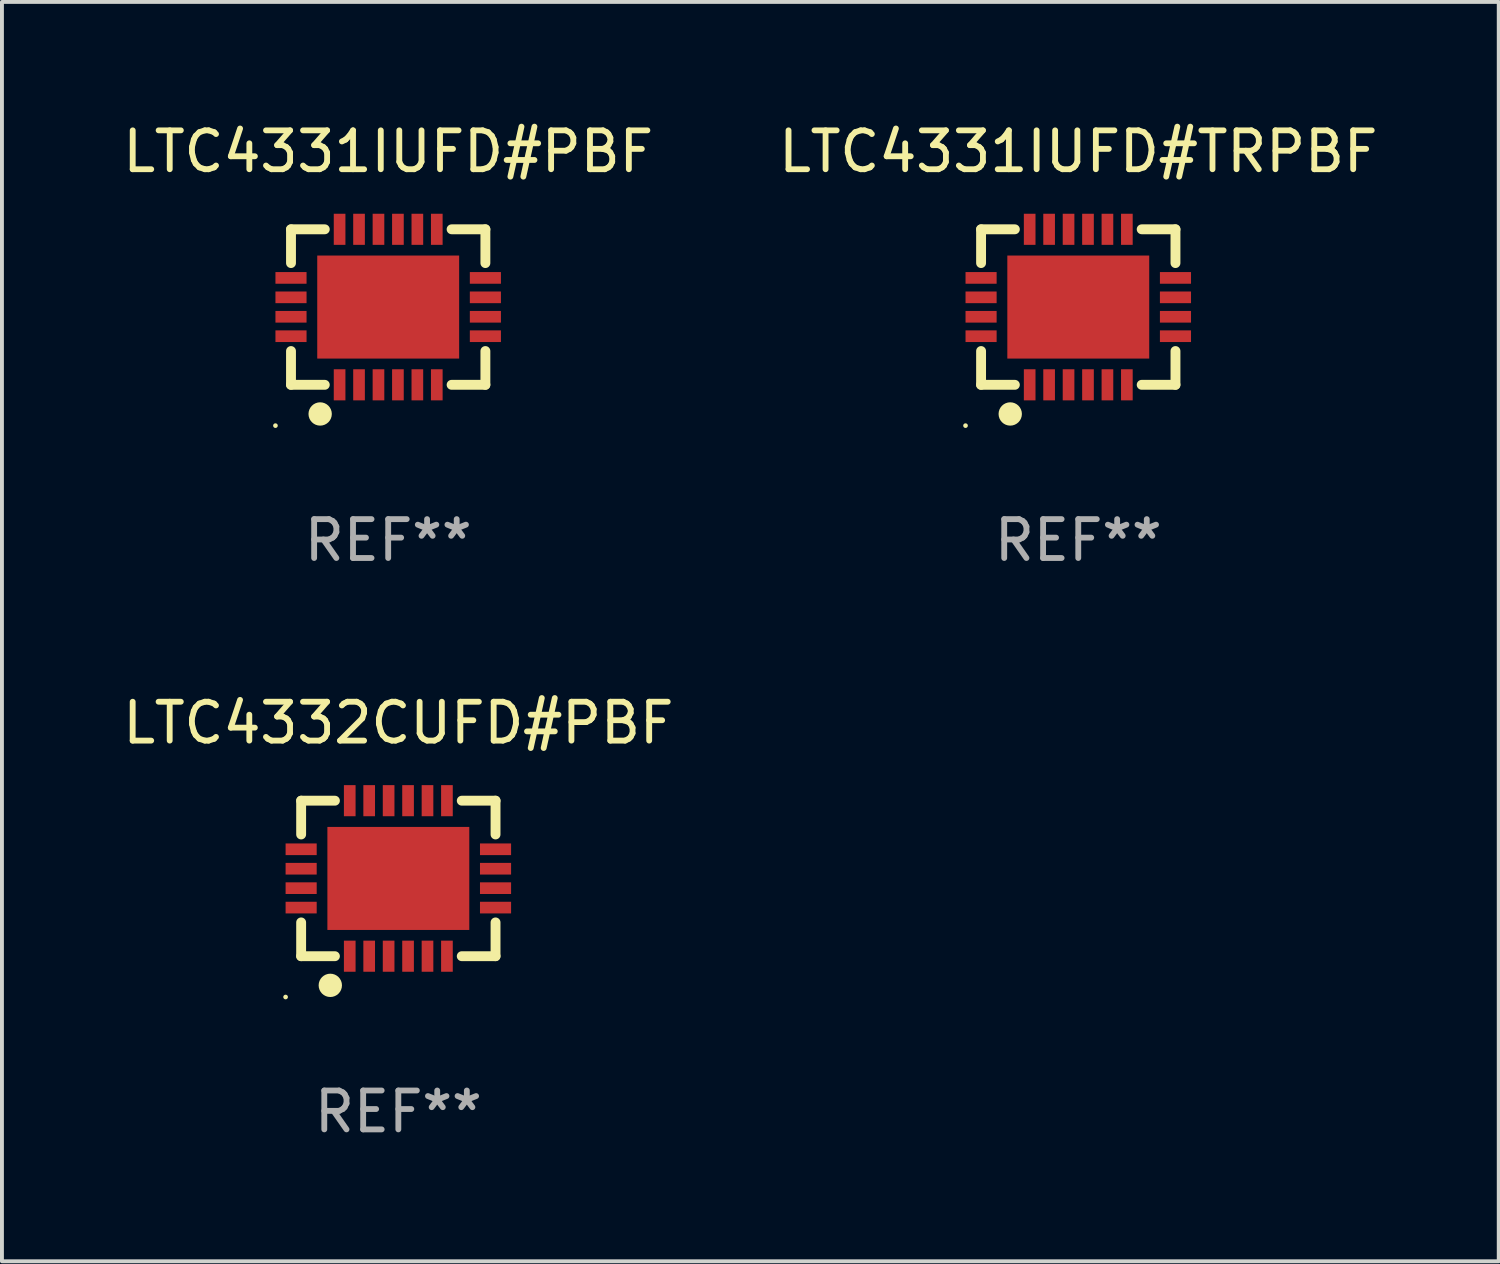
<source format=kicad_pcb>
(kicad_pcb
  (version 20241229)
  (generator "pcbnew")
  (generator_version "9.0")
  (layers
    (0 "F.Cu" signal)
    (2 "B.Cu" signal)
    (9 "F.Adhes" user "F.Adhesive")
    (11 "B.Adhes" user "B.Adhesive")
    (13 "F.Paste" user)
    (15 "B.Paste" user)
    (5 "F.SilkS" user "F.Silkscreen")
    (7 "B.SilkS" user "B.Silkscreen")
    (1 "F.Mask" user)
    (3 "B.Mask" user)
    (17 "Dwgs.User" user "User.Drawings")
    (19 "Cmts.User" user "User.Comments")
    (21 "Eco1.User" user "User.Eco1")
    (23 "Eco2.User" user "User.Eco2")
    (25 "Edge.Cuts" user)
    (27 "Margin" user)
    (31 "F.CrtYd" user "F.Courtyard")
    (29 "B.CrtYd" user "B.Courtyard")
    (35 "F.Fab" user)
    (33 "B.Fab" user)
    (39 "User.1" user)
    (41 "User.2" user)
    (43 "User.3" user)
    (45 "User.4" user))
  (footprint "LTC4332CUFD#PBF"
    (layer "F.Cu")
    (at 7.196 19.545)
    (property "Reference" "LTC4332CUFD#PBF" (at 0 -4 0) (layer "F.SilkS") (effects (font (size 1 1) (thickness 0.15))))
    (attr through_hole)
    (fp_line (start -2.5 -2) (end -1.631 -2) (stroke (width 0.254) (type solid)) (layer "F.SilkS"))
    (fp_line (start -2.5 -1.131) (end -2.5 -2) (stroke (width 0.254) (type solid)) (layer "F.SilkS"))
    (fp_line (start -2.5 2) (end -2.5 1.131) (stroke (width 0.254) (type solid)) (layer "F.SilkS"))
    (fp_line (start -1.631 2) (end -2.5 2) (stroke (width 0.254) (type solid)) (layer "F.SilkS"))
    (fp_line (start 1.631 -2) (end 2.5 -2) (stroke (width 0.254) (type solid)) (layer "F.SilkS"))
    (fp_line (start 2.5 -2) (end 2.5 -1.131) (stroke (width 0.254) (type solid)) (layer "F.SilkS"))
    (fp_line (start 2.5 1.131) (end 2.5 2) (stroke (width 0.254) (type solid)) (layer "F.SilkS"))
    (fp_line (start 2.5 2) (end 1.631 2) (stroke (width 0.254) (type solid)) (layer "F.SilkS"))
    (fp_circle (center -2.9 3.05) (end -2.87 3.05) (stroke (width 0.06) (type solid)) (fill no) (layer "F.SilkS"))
    (fp_circle (center -1.75 2.75) (end -1.6 2.75) (stroke (width 0.3) (type solid)) (fill no) (layer "F.SilkS"))
    (fp_text user "REF**" (at 0 6 0) (layer "F.Fab") (effects (font (size 1 1) (thickness 0.15))))
    (pad "1" smd rect (at -1.25 2 90) (size 0.8 0.3) (layers "F.Cu" "F.Mask" "F.Paste"))
    (pad "2" smd rect (at -0.75 2 90) (size 0.8 0.3) (layers "F.Cu" "F.Mask" "F.Paste"))
    (pad "3" smd rect (at -0.25 2 90) (size 0.8 0.3) (layers "F.Cu" "F.Mask" "F.Paste"))
    (pad "4" smd rect (at 0.25 2 90) (size 0.8 0.3) (layers "F.Cu" "F.Mask" "F.Paste"))
    (pad "5" smd rect (at 0.75 2 90) (size 0.8 0.3) (layers "F.Cu" "F.Mask" "F.Paste"))
    (pad "6" smd rect (at 1.25 2 90) (size 0.8 0.3) (layers "F.Cu" "F.Mask" "F.Paste"))
    (pad "7" smd rect (at 2.5 0.75 180) (size 0.8 0.3) (layers "F.Cu" "F.Mask" "F.Paste"))
    (pad "8" smd rect (at 2.5 0.25 180) (size 0.8 0.3) (layers "F.Cu" "F.Mask" "F.Paste"))
    (pad "9" smd rect (at 2.5 -0.25 180) (size 0.8 0.3) (layers "F.Cu" "F.Mask" "F.Paste"))
    (pad "10" smd rect (at 2.5 -0.75 180) (size 0.8 0.3) (layers "F.Cu" "F.Mask" "F.Paste"))
    (pad "11" smd rect (at 1.25 -2 270) (size 0.8 0.3) (layers "F.Cu" "F.Mask" "F.Paste"))
    (pad "12" smd rect (at 0.75 -2 270) (size 0.8 0.3) (layers "F.Cu" "F.Mask" "F.Paste"))
    (pad "13" smd rect (at 0.25 -2 270) (size 0.8 0.3) (layers "F.Cu" "F.Mask" "F.Paste"))
    (pad "14" smd rect (at -0.25 -2 270) (size 0.8 0.3) (layers "F.Cu" "F.Mask" "F.Paste"))
    (pad "15" smd rect (at -0.75 -2 270) (size 0.8 0.3) (layers "F.Cu" "F.Mask" "F.Paste"))
    (pad "16" smd rect (at -1.25 -2 270) (size 0.8 0.3) (layers "F.Cu" "F.Mask" "F.Paste"))
    (pad "17" smd rect (at -2.5 -0.75) (size 0.8 0.3) (layers "F.Cu" "F.Mask" "F.Paste"))
    (pad "18" smd rect (at -2.5 -0.25) (size 0.8 0.3) (layers "F.Cu" "F.Mask" "F.Paste"))
    (pad "19" smd rect (at -2.5 0.25) (size 0.8 0.3) (layers "F.Cu" "F.Mask" "F.Paste"))
    (pad "20" smd rect (at -2.5 0.75) (size 0.8 0.3) (layers "F.Cu" "F.Mask" "F.Paste"))
    (pad "21" smd rect (at 0 0) (size 3.65 2.65) (layers "F.Cu" "F.Mask" "F.Paste")))
  (footprint "LTC4331IUFD#TRPBF"
    (layer "F.Cu")
    (at 24.685 4.848)
    (property "Reference" "LTC4331IUFD#TRPBF" (at 0 -4 0) (layer "F.SilkS") (effects (font (size 1 1) (thickness 0.15))))
    (attr through_hole)
    (fp_line (start -2.5 -2) (end -1.631 -2) (stroke (width 0.254) (type solid)) (layer "F.SilkS"))
    (fp_line (start -2.5 -1.131) (end -2.5 -2) (stroke (width 0.254) (type solid)) (layer "F.SilkS"))
    (fp_line (start -2.5 2) (end -2.5 1.131) (stroke (width 0.254) (type solid)) (layer "F.SilkS"))
    (fp_line (start -1.631 2) (end -2.5 2) (stroke (width 0.254) (type solid)) (layer "F.SilkS"))
    (fp_line (start 1.631 -2) (end 2.5 -2) (stroke (width 0.254) (type solid)) (layer "F.SilkS"))
    (fp_line (start 2.5 -2) (end 2.5 -1.131) (stroke (width 0.254) (type solid)) (layer "F.SilkS"))
    (fp_line (start 2.5 1.131) (end 2.5 2) (stroke (width 0.254) (type solid)) (layer "F.SilkS"))
    (fp_line (start 2.5 2) (end 1.631 2) (stroke (width 0.254) (type solid)) (layer "F.SilkS"))
    (fp_circle (center -2.9 3.05) (end -2.87 3.05) (stroke (width 0.06) (type solid)) (fill no) (layer "F.SilkS"))
    (fp_circle (center -1.75 2.75) (end -1.6 2.75) (stroke (width 0.3) (type solid)) (fill no) (layer "F.SilkS"))
    (fp_text user "REF**" (at 0 6 0) (layer "F.Fab") (effects (font (size 1 1) (thickness 0.15))))
    (pad "1" smd rect (at -1.25 2 90) (size 0.8 0.3) (layers "F.Cu" "F.Mask" "F.Paste"))
    (pad "2" smd rect (at -0.75 2 90) (size 0.8 0.3) (layers "F.Cu" "F.Mask" "F.Paste"))
    (pad "3" smd rect (at -0.25 2 90) (size 0.8 0.3) (layers "F.Cu" "F.Mask" "F.Paste"))
    (pad "4" smd rect (at 0.25 2 90) (size 0.8 0.3) (layers "F.Cu" "F.Mask" "F.Paste"))
    (pad "5" smd rect (at 0.75 2 90) (size 0.8 0.3) (layers "F.Cu" "F.Mask" "F.Paste"))
    (pad "6" smd rect (at 1.25 2 90) (size 0.8 0.3) (layers "F.Cu" "F.Mask" "F.Paste"))
    (pad "7" smd rect (at 2.5 0.75 180) (size 0.8 0.3) (layers "F.Cu" "F.Mask" "F.Paste"))
    (pad "8" smd rect (at 2.5 0.25 180) (size 0.8 0.3) (layers "F.Cu" "F.Mask" "F.Paste"))
    (pad "9" smd rect (at 2.5 -0.25 180) (size 0.8 0.3) (layers "F.Cu" "F.Mask" "F.Paste"))
    (pad "10" smd rect (at 2.5 -0.75 180) (size 0.8 0.3) (layers "F.Cu" "F.Mask" "F.Paste"))
    (pad "11" smd rect (at 1.25 -2 270) (size 0.8 0.3) (layers "F.Cu" "F.Mask" "F.Paste"))
    (pad "12" smd rect (at 0.75 -2 270) (size 0.8 0.3) (layers "F.Cu" "F.Mask" "F.Paste"))
    (pad "13" smd rect (at 0.25 -2 270) (size 0.8 0.3) (layers "F.Cu" "F.Mask" "F.Paste"))
    (pad "14" smd rect (at -0.25 -2 270) (size 0.8 0.3) (layers "F.Cu" "F.Mask" "F.Paste"))
    (pad "15" smd rect (at -0.75 -2 270) (size 0.8 0.3) (layers "F.Cu" "F.Mask" "F.Paste"))
    (pad "16" smd rect (at -1.25 -2 270) (size 0.8 0.3) (layers "F.Cu" "F.Mask" "F.Paste"))
    (pad "17" smd rect (at -2.5 -0.75) (size 0.8 0.3) (layers "F.Cu" "F.Mask" "F.Paste"))
    (pad "18" smd rect (at -2.5 -0.25) (size 0.8 0.3) (layers "F.Cu" "F.Mask" "F.Paste"))
    (pad "19" smd rect (at -2.5 0.25) (size 0.8 0.3) (layers "F.Cu" "F.Mask" "F.Paste"))
    (pad "20" smd rect (at -2.5 0.75) (size 0.8 0.3) (layers "F.Cu" "F.Mask" "F.Paste"))
    (pad "21" smd rect (at 0 0) (size 3.65 2.65) (layers "F.Cu" "F.Mask" "F.Paste")))
  (footprint "LTC4331IUFD#PBF"
    (layer "F.Cu")
    (at 6.935 4.848)
    (property "Reference" "LTC4331IUFD#PBF" (at 0 -4 0) (layer "F.SilkS") (effects (font (size 1 1) (thickness 0.15))))
    (attr through_hole)
    (fp_line (start -2.5 -2) (end -1.631 -2) (stroke (width 0.254) (type solid)) (layer "F.SilkS"))
    (fp_line (start -2.5 -1.131) (end -2.5 -2) (stroke (width 0.254) (type solid)) (layer "F.SilkS"))
    (fp_line (start -2.5 2) (end -2.5 1.131) (stroke (width 0.254) (type solid)) (layer "F.SilkS"))
    (fp_line (start -1.631 2) (end -2.5 2) (stroke (width 0.254) (type solid)) (layer "F.SilkS"))
    (fp_line (start 1.631 -2) (end 2.5 -2) (stroke (width 0.254) (type solid)) (layer "F.SilkS"))
    (fp_line (start 2.5 -2) (end 2.5 -1.131) (stroke (width 0.254) (type solid)) (layer "F.SilkS"))
    (fp_line (start 2.5 1.131) (end 2.5 2) (stroke (width 0.254) (type solid)) (layer "F.SilkS"))
    (fp_line (start 2.5 2) (end 1.631 2) (stroke (width 0.254) (type solid)) (layer "F.SilkS"))
    (fp_circle (center -2.9 3.05) (end -2.87 3.05) (stroke (width 0.06) (type solid)) (fill no) (layer "F.SilkS"))
    (fp_circle (center -1.75 2.75) (end -1.6 2.75) (stroke (width 0.3) (type solid)) (fill no) (layer "F.SilkS"))
    (fp_text user "REF**" (at 0 6 0) (layer "F.Fab") (effects (font (size 1 1) (thickness 0.15))))
    (pad "1" smd rect (at -1.25 2 90) (size 0.8 0.3) (layers "F.Cu" "F.Mask" "F.Paste"))
    (pad "2" smd rect (at -0.75 2 90) (size 0.8 0.3) (layers "F.Cu" "F.Mask" "F.Paste"))
    (pad "3" smd rect (at -0.25 2 90) (size 0.8 0.3) (layers "F.Cu" "F.Mask" "F.Paste"))
    (pad "4" smd rect (at 0.25 2 90) (size 0.8 0.3) (layers "F.Cu" "F.Mask" "F.Paste"))
    (pad "5" smd rect (at 0.75 2 90) (size 0.8 0.3) (layers "F.Cu" "F.Mask" "F.Paste"))
    (pad "6" smd rect (at 1.25 2 90) (size 0.8 0.3) (layers "F.Cu" "F.Mask" "F.Paste"))
    (pad "7" smd rect (at 2.5 0.75 180) (size 0.8 0.3) (layers "F.Cu" "F.Mask" "F.Paste"))
    (pad "8" smd rect (at 2.5 0.25 180) (size 0.8 0.3) (layers "F.Cu" "F.Mask" "F.Paste"))
    (pad "9" smd rect (at 2.5 -0.25 180) (size 0.8 0.3) (layers "F.Cu" "F.Mask" "F.Paste"))
    (pad "10" smd rect (at 2.5 -0.75 180) (size 0.8 0.3) (layers "F.Cu" "F.Mask" "F.Paste"))
    (pad "11" smd rect (at 1.25 -2 270) (size 0.8 0.3) (layers "F.Cu" "F.Mask" "F.Paste"))
    (pad "12" smd rect (at 0.75 -2 270) (size 0.8 0.3) (layers "F.Cu" "F.Mask" "F.Paste"))
    (pad "13" smd rect (at 0.25 -2 270) (size 0.8 0.3) (layers "F.Cu" "F.Mask" "F.Paste"))
    (pad "14" smd rect (at -0.25 -2 270) (size 0.8 0.3) (layers "F.Cu" "F.Mask" "F.Paste"))
    (pad "15" smd rect (at -0.75 -2 270) (size 0.8 0.3) (layers "F.Cu" "F.Mask" "F.Paste"))
    (pad "16" smd rect (at -1.25 -2 270) (size 0.8 0.3) (layers "F.Cu" "F.Mask" "F.Paste"))
    (pad "17" smd rect (at -2.5 -0.75) (size 0.8 0.3) (layers "F.Cu" "F.Mask" "F.Paste"))
    (pad "18" smd rect (at -2.5 -0.25) (size 0.8 0.3) (layers "F.Cu" "F.Mask" "F.Paste"))
    (pad "19" smd rect (at -2.5 0.25) (size 0.8 0.3) (layers "F.Cu" "F.Mask" "F.Paste"))
    (pad "20" smd rect (at -2.5 0.75) (size 0.8 0.3) (layers "F.Cu" "F.Mask" "F.Paste"))
    (pad "21" smd rect (at 0 0) (size 3.65 2.65) (layers "F.Cu" "F.Mask" "F.Paste")))
  (gr_rect
    (start -3 -3)
    (end 35.5 29.393)
    (stroke (width 0.1) (type default))
    (fill no)
    (layer "Edge.Cuts")))
</source>
